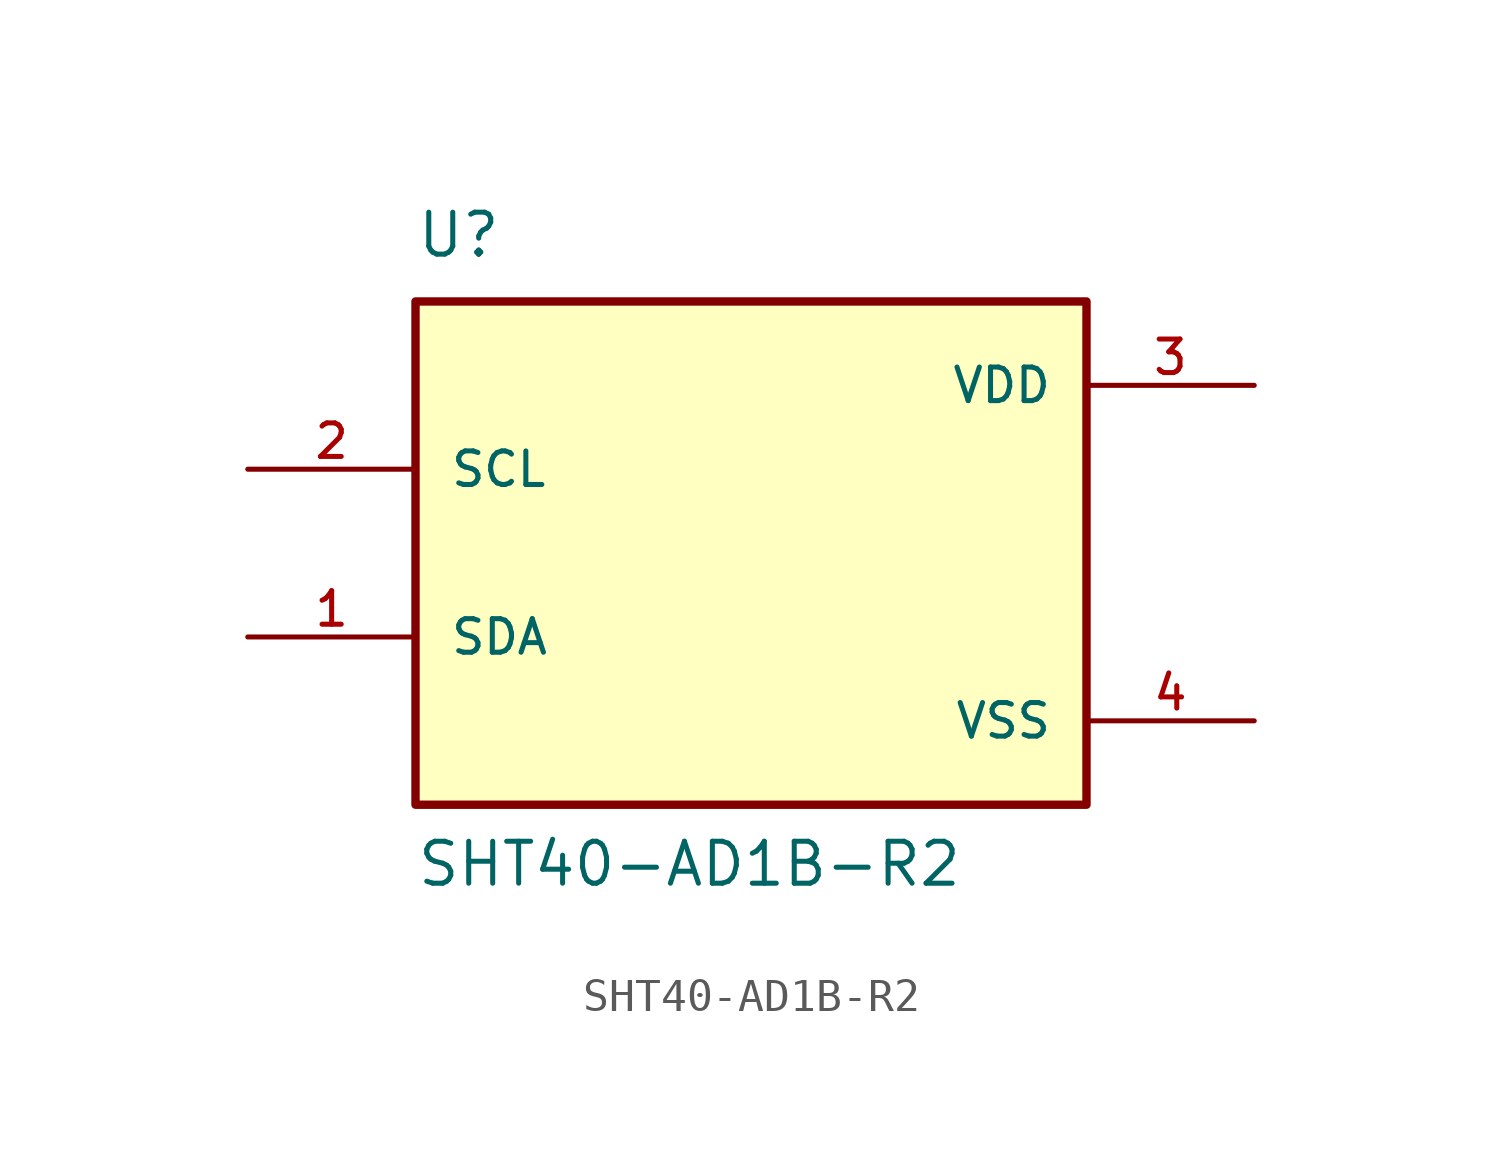
<source format=kicad_sym>
(kicad_symbol_lib
  (version 20211014)
  (generator kicad_symbol_editor)
  (symbol "SHT40-AD1B-R2"
    (pin_names
      (offset 1.016))
    (property "Reference" "U"
      (at -10.16 8.89 0)
      (effects (font (size 1.27 1.27)) (justify bottom left)))
    (property "Value" "SHT40-AD1B-R2"
      (at -10.16 -10.16 0)
      (effects (font (size 1.27 1.27)) (justify bottom left)))
    (symbol "SHT40-AD1B-R2_0_0"
      (rectangle (start -10.16 -7.62) (end 10.16 7.62) (stroke (width 0.254)) (fill (type background)))
      (pin input line (at -15.24 2.54 0) (length 5.08) (name "SCL" (effects (font (size 1.016 1.016)))) (number "2" (effects (font (size 1.016 1.016)))))
      (pin bidirectional line (at -15.24 -2.54 0) (length 5.08) (name "SDA" (effects (font (size 1.016 1.016)))) (number "1" (effects (font (size 1.016 1.016)))))
      (pin power_in line (at 15.24 5.08 180.0) (length 5.08) (name "VDD" (effects (font (size 1.016 1.016)))) (number "3" (effects (font (size 1.016 1.016)))))
      (pin power_in line (at 15.24 -5.08 180.0) (length 5.08) (name "VSS" (effects (font (size 1.016 1.016)))) (number "4" (effects (font (size 1.016 1.016))))))))
</source>
